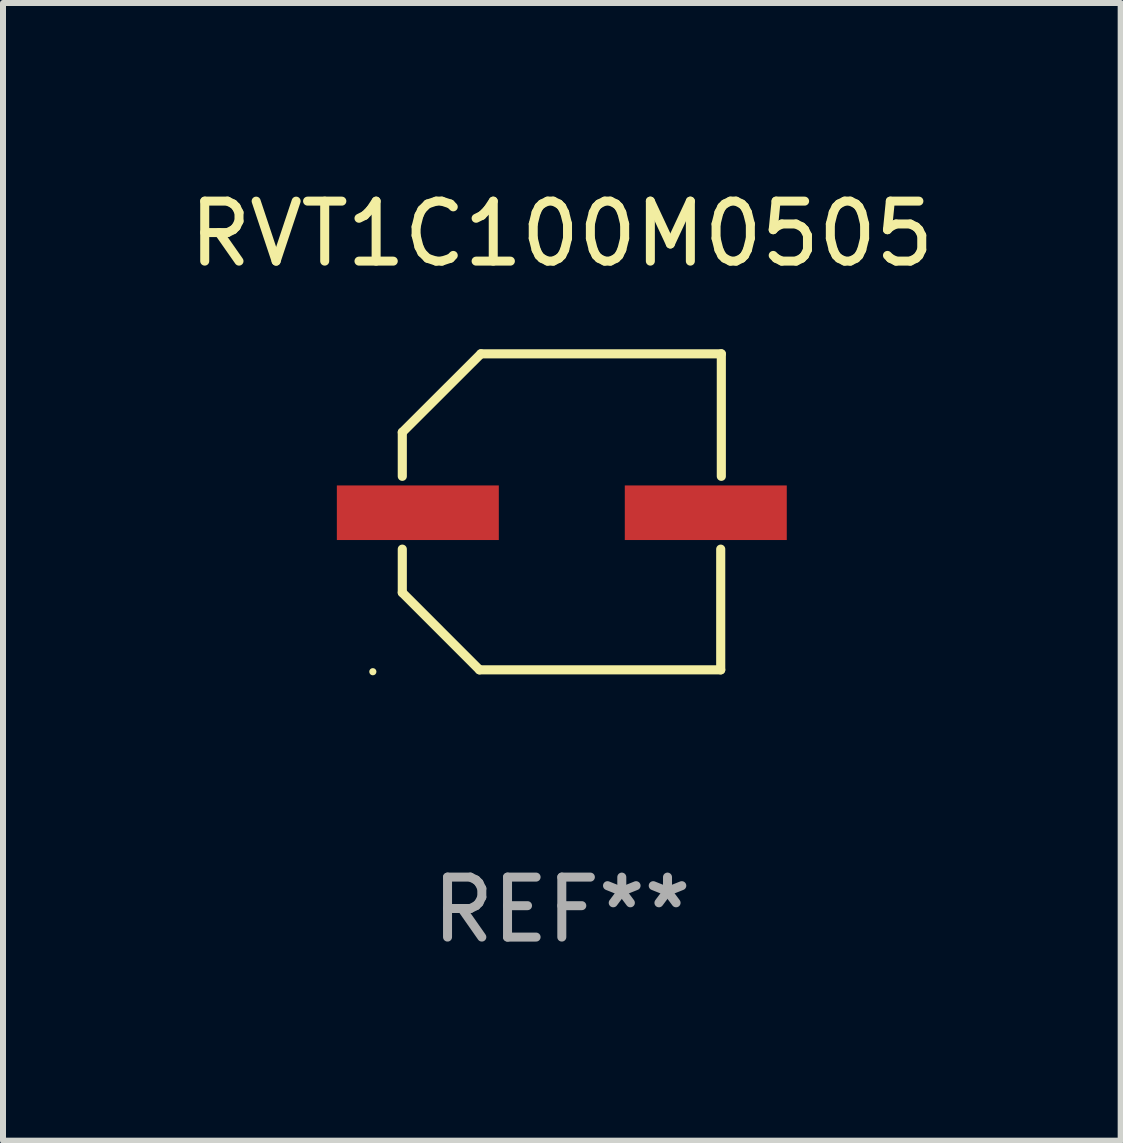
<source format=kicad_pcb>
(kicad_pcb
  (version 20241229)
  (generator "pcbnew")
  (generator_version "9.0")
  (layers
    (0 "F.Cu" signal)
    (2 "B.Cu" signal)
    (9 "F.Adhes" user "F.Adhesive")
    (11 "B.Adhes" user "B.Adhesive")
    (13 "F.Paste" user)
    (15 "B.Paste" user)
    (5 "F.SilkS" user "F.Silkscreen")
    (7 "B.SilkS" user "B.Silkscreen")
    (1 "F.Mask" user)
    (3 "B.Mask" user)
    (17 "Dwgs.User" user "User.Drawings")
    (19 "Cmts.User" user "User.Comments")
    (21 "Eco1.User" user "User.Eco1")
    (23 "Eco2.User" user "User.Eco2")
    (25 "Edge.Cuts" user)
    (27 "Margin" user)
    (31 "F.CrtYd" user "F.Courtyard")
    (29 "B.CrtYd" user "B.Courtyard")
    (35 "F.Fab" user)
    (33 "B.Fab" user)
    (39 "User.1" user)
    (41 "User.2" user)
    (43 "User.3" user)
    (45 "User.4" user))
  (footprint "RVT1C100M0505"
    (layer "F.Cu")
    (at 6.315 5.482)
    (property "Reference" "RVT1C100M0505" (at 0 -4.634 0) (layer "F.SilkS") (effects (font (size 1 1) (thickness 0.15))))
    (attr through_hole)
    (fp_line (start -2.659 -1.326) (end -2.659 -0.592) (stroke (width 0.152) (type solid)) (layer "F.SilkS"))
    (fp_line (start -2.659 1.346) (end -2.659 0.622) (stroke (width 0.152) (type solid)) (layer "F.SilkS"))
    (fp_line (start -1.372 2.634) (end -2.659 1.346) (stroke (width 0.152) (type solid)) (layer "F.SilkS"))
    (fp_line (start -1.349 -2.634) (end -2.659 -1.326) (stroke (width 0.152) (type solid)) (layer "F.SilkS"))
    (fp_line (start 2.649 0.622) (end 2.649 2.634) (stroke (width 0.152) (type solid)) (layer "F.SilkS"))
    (fp_line (start 2.649 2.634) (end -1.372 2.634) (stroke (width 0.152) (type solid)) (layer "F.SilkS"))
    (fp_line (start 2.659 -2.634) (end -1.349 -2.634) (stroke (width 0.152) (type solid)) (layer "F.SilkS"))
    (fp_line (start 2.659 -0.592) (end 2.659 -2.634) (stroke (width 0.152) (type solid)) (layer "F.SilkS"))
    (fp_circle (center -3.15 2.665) (end -3.12 2.665) (stroke (width 0.06) (type solid)) (fill no) (layer "F.SilkS"))
    (fp_text user "REF**" (at 0 6.634 0) (layer "F.Fab") (effects (font (size 1 1) (thickness 0.15))))
    (pad "1" smd rect (at -2.4 0.015) (size 2.7 0.91) (layers "F.Cu" "F.Mask" "F.Paste"))
    (pad "2" smd rect (at 2.4 0.015) (size 2.7 0.91) (layers "F.Cu" "F.Mask" "F.Paste")))
  (gr_rect
    (start -3 -3)
    (end 15.631 15.964)
    (stroke (width 0.1) (type default))
    (fill no)
    (layer "Edge.Cuts")))
</source>
